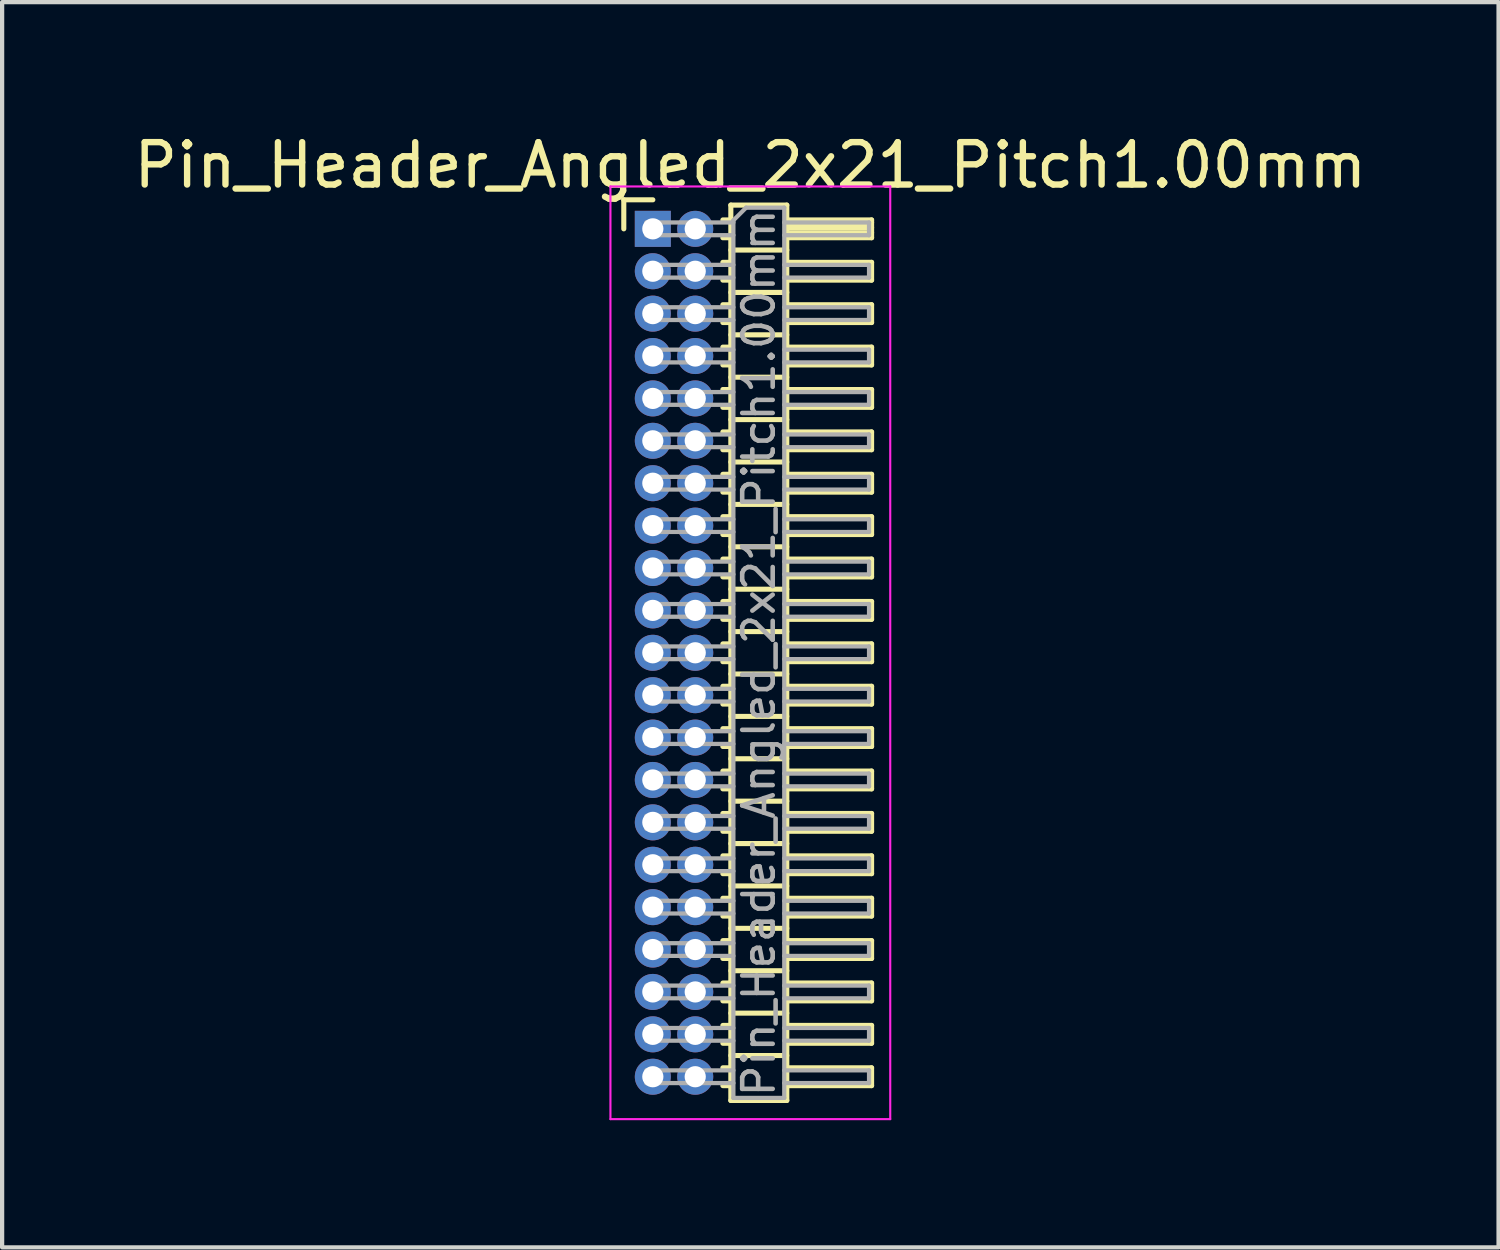
<source format=kicad_pcb>
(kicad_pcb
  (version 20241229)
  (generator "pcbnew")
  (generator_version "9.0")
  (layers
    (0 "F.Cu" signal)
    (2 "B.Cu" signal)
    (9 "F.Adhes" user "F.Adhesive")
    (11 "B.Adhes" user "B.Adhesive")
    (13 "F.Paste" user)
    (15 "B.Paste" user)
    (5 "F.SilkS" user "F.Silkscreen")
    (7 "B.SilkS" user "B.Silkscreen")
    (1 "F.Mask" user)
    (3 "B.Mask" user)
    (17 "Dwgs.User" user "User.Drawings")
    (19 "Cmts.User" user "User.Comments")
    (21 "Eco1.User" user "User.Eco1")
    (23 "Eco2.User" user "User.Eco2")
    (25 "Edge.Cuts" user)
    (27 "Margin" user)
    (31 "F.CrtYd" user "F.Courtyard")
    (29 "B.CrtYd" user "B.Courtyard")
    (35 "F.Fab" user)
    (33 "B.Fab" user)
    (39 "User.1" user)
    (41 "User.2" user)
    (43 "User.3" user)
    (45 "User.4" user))
  (footprint "Pin_Header_Angled_2x21_Pitch1.00mm"
    (layer "F.Cu")
    (at 12.349 2.348)
    (property "Reference" "Pin_Header_Angled_2x21_Pitch1.00mm" (at 2.3 -1.5 0) (layer "F.SilkS") (effects (font (size 1 1) (thickness 0.15))))
    (attr through_hole)
    (fp_line (start -0.685 -0.685) (end 0 -0.685) (stroke (width 0.12) (type solid)) (layer "F.SilkS"))
    (fp_line (start -0.685 0) (end -0.685 -0.685) (stroke (width 0.12) (type solid)) (layer "F.SilkS"))
    (fp_line (start 1.652 -0.21) (end 1.84 -0.21) (stroke (width 0.12) (type solid)) (layer "F.SilkS"))
    (fp_line (start 1.652 0.21) (end 1.84 0.21) (stroke (width 0.12) (type solid)) (layer "F.SilkS"))
    (fp_line (start 1.652 0.79) (end 1.84 0.79) (stroke (width 0.12) (type solid)) (layer "F.SilkS"))
    (fp_line (start 1.652 1.21) (end 1.84 1.21) (stroke (width 0.12) (type solid)) (layer "F.SilkS"))
    (fp_line (start 1.652 1.79) (end 1.84 1.79) (stroke (width 0.12) (type solid)) (layer "F.SilkS"))
    (fp_line (start 1.652 2.21) (end 1.84 2.21) (stroke (width 0.12) (type solid)) (layer "F.SilkS"))
    (fp_line (start 1.652 2.79) (end 1.84 2.79) (stroke (width 0.12) (type solid)) (layer "F.SilkS"))
    (fp_line (start 1.652 3.21) (end 1.84 3.21) (stroke (width 0.12) (type solid)) (layer "F.SilkS"))
    (fp_line (start 1.652 3.79) (end 1.84 3.79) (stroke (width 0.12) (type solid)) (layer "F.SilkS"))
    (fp_line (start 1.652 4.21) (end 1.84 4.21) (stroke (width 0.12) (type solid)) (layer "F.SilkS"))
    (fp_line (start 1.652 4.79) (end 1.84 4.79) (stroke (width 0.12) (type solid)) (layer "F.SilkS"))
    (fp_line (start 1.652 5.21) (end 1.84 5.21) (stroke (width 0.12) (type solid)) (layer "F.SilkS"))
    (fp_line (start 1.652 5.79) (end 1.84 5.79) (stroke (width 0.12) (type solid)) (layer "F.SilkS"))
    (fp_line (start 1.652 6.21) (end 1.84 6.21) (stroke (width 0.12) (type solid)) (layer "F.SilkS"))
    (fp_line (start 1.652 6.79) (end 1.84 6.79) (stroke (width 0.12) (type solid)) (layer "F.SilkS"))
    (fp_line (start 1.652 7.21) (end 1.84 7.21) (stroke (width 0.12) (type solid)) (layer "F.SilkS"))
    (fp_line (start 1.652 7.79) (end 1.84 7.79) (stroke (width 0.12) (type solid)) (layer "F.SilkS"))
    (fp_line (start 1.652 8.21) (end 1.84 8.21) (stroke (width 0.12) (type solid)) (layer "F.SilkS"))
    (fp_line (start 1.652 8.79) (end 1.84 8.79) (stroke (width 0.12) (type solid)) (layer "F.SilkS"))
    (fp_line (start 1.652 9.21) (end 1.84 9.21) (stroke (width 0.12) (type solid)) (layer "F.SilkS"))
    (fp_line (start 1.652 9.79) (end 1.84 9.79) (stroke (width 0.12) (type solid)) (layer "F.SilkS"))
    (fp_line (start 1.652 10.21) (end 1.84 10.21) (stroke (width 0.12) (type solid)) (layer "F.SilkS"))
    (fp_line (start 1.652 10.79) (end 1.84 10.79) (stroke (width 0.12) (type solid)) (layer "F.SilkS"))
    (fp_line (start 1.652 11.21) (end 1.84 11.21) (stroke (width 0.12) (type solid)) (layer "F.SilkS"))
    (fp_line (start 1.652 11.79) (end 1.84 11.79) (stroke (width 0.12) (type solid)) (layer "F.SilkS"))
    (fp_line (start 1.652 12.21) (end 1.84 12.21) (stroke (width 0.12) (type solid)) (layer "F.SilkS"))
    (fp_line (start 1.652 12.79) (end 1.84 12.79) (stroke (width 0.12) (type solid)) (layer "F.SilkS"))
    (fp_line (start 1.652 13.21) (end 1.84 13.21) (stroke (width 0.12) (type solid)) (layer "F.SilkS"))
    (fp_line (start 1.652 13.79) (end 1.84 13.79) (stroke (width 0.12) (type solid)) (layer "F.SilkS"))
    (fp_line (start 1.652 14.21) (end 1.84 14.21) (stroke (width 0.12) (type solid)) (layer "F.SilkS"))
    (fp_line (start 1.652 14.79) (end 1.84 14.79) (stroke (width 0.12) (type solid)) (layer "F.SilkS"))
    (fp_line (start 1.652 15.21) (end 1.84 15.21) (stroke (width 0.12) (type solid)) (layer "F.SilkS"))
    (fp_line (start 1.652 15.79) (end 1.84 15.79) (stroke (width 0.12) (type solid)) (layer "F.SilkS"))
    (fp_line (start 1.652 16.21) (end 1.84 16.21) (stroke (width 0.12) (type solid)) (layer "F.SilkS"))
    (fp_line (start 1.652 16.79) (end 1.84 16.79) (stroke (width 0.12) (type solid)) (layer "F.SilkS"))
    (fp_line (start 1.652 17.21) (end 1.84 17.21) (stroke (width 0.12) (type solid)) (layer "F.SilkS"))
    (fp_line (start 1.652 17.79) (end 1.84 17.79) (stroke (width 0.12) (type solid)) (layer "F.SilkS"))
    (fp_line (start 1.652 18.21) (end 1.84 18.21) (stroke (width 0.12) (type solid)) (layer "F.SilkS"))
    (fp_line (start 1.652 18.79) (end 1.84 18.79) (stroke (width 0.12) (type solid)) (layer "F.SilkS"))
    (fp_line (start 1.652 19.21) (end 1.84 19.21) (stroke (width 0.12) (type solid)) (layer "F.SilkS"))
    (fp_line (start 1.652 19.79) (end 1.84 19.79) (stroke (width 0.12) (type solid)) (layer "F.SilkS"))
    (fp_line (start 1.652 20.21) (end 1.84 20.21) (stroke (width 0.12) (type solid)) (layer "F.SilkS"))
    (fp_line (start 1.84 -0.56) (end 1.84 20.56) (stroke (width 0.12) (type solid)) (layer "F.SilkS"))
    (fp_line (start 1.84 0.5) (end 3.16 0.5) (stroke (width 0.12) (type solid)) (layer "F.SilkS"))
    (fp_line (start 1.84 1.5) (end 3.16 1.5) (stroke (width 0.12) (type solid)) (layer "F.SilkS"))
    (fp_line (start 1.84 2.5) (end 3.16 2.5) (stroke (width 0.12) (type solid)) (layer "F.SilkS"))
    (fp_line (start 1.84 3.5) (end 3.16 3.5) (stroke (width 0.12) (type solid)) (layer "F.SilkS"))
    (fp_line (start 1.84 4.5) (end 3.16 4.5) (stroke (width 0.12) (type solid)) (layer "F.SilkS"))
    (fp_line (start 1.84 5.5) (end 3.16 5.5) (stroke (width 0.12) (type solid)) (layer "F.SilkS"))
    (fp_line (start 1.84 6.5) (end 3.16 6.5) (stroke (width 0.12) (type solid)) (layer "F.SilkS"))
    (fp_line (start 1.84 7.5) (end 3.16 7.5) (stroke (width 0.12) (type solid)) (layer "F.SilkS"))
    (fp_line (start 1.84 8.5) (end 3.16 8.5) (stroke (width 0.12) (type solid)) (layer "F.SilkS"))
    (fp_line (start 1.84 9.5) (end 3.16 9.5) (stroke (width 0.12) (type solid)) (layer "F.SilkS"))
    (fp_line (start 1.84 10.5) (end 3.16 10.5) (stroke (width 0.12) (type solid)) (layer "F.SilkS"))
    (fp_line (start 1.84 11.5) (end 3.16 11.5) (stroke (width 0.12) (type solid)) (layer "F.SilkS"))
    (fp_line (start 1.84 12.5) (end 3.16 12.5) (stroke (width 0.12) (type solid)) (layer "F.SilkS"))
    (fp_line (start 1.84 13.5) (end 3.16 13.5) (stroke (width 0.12) (type solid)) (layer "F.SilkS"))
    (fp_line (start 1.84 14.5) (end 3.16 14.5) (stroke (width 0.12) (type solid)) (layer "F.SilkS"))
    (fp_line (start 1.84 15.5) (end 3.16 15.5) (stroke (width 0.12) (type solid)) (layer "F.SilkS"))
    (fp_line (start 1.84 16.5) (end 3.16 16.5) (stroke (width 0.12) (type solid)) (layer "F.SilkS"))
    (fp_line (start 1.84 17.5) (end 3.16 17.5) (stroke (width 0.12) (type solid)) (layer "F.SilkS"))
    (fp_line (start 1.84 18.5) (end 3.16 18.5) (stroke (width 0.12) (type solid)) (layer "F.SilkS"))
    (fp_line (start 1.84 19.5) (end 3.16 19.5) (stroke (width 0.12) (type solid)) (layer "F.SilkS"))
    (fp_line (start 1.84 20.56) (end 3.16 20.56) (stroke (width 0.12) (type solid)) (layer "F.SilkS"))
    (fp_line (start 3.16 -0.56) (end 1.84 -0.56) (stroke (width 0.12) (type solid)) (layer "F.SilkS"))
    (fp_line (start 3.16 -0.21) (end 5.16 -0.21) (stroke (width 0.12) (type solid)) (layer "F.SilkS"))
    (fp_line (start 3.16 -0.15) (end 5.16 -0.15) (stroke (width 0.12) (type solid)) (layer "F.SilkS"))
    (fp_line (start 3.16 -0.03) (end 5.16 -0.03) (stroke (width 0.12) (type solid)) (layer "F.SilkS"))
    (fp_line (start 3.16 0.09) (end 5.16 0.09) (stroke (width 0.12) (type solid)) (layer "F.SilkS"))
    (fp_line (start 3.16 0.79) (end 5.16 0.79) (stroke (width 0.12) (type solid)) (layer "F.SilkS"))
    (fp_line (start 3.16 1.79) (end 5.16 1.79) (stroke (width 0.12) (type solid)) (layer "F.SilkS"))
    (fp_line (start 3.16 2.79) (end 5.16 2.79) (stroke (width 0.12) (type solid)) (layer "F.SilkS"))
    (fp_line (start 3.16 3.79) (end 5.16 3.79) (stroke (width 0.12) (type solid)) (layer "F.SilkS"))
    (fp_line (start 3.16 4.79) (end 5.16 4.79) (stroke (width 0.12) (type solid)) (layer "F.SilkS"))
    (fp_line (start 3.16 5.79) (end 5.16 5.79) (stroke (width 0.12) (type solid)) (layer "F.SilkS"))
    (fp_line (start 3.16 6.79) (end 5.16 6.79) (stroke (width 0.12) (type solid)) (layer "F.SilkS"))
    (fp_line (start 3.16 7.79) (end 5.16 7.79) (stroke (width 0.12) (type solid)) (layer "F.SilkS"))
    (fp_line (start 3.16 8.79) (end 5.16 8.79) (stroke (width 0.12) (type solid)) (layer "F.SilkS"))
    (fp_line (start 3.16 9.79) (end 5.16 9.79) (stroke (width 0.12) (type solid)) (layer "F.SilkS"))
    (fp_line (start 3.16 10.79) (end 5.16 10.79) (stroke (width 0.12) (type solid)) (layer "F.SilkS"))
    (fp_line (start 3.16 11.79) (end 5.16 11.79) (stroke (width 0.12) (type solid)) (layer "F.SilkS"))
    (fp_line (start 3.16 12.79) (end 5.16 12.79) (stroke (width 0.12) (type solid)) (layer "F.SilkS"))
    (fp_line (start 3.16 13.79) (end 5.16 13.79) (stroke (width 0.12) (type solid)) (layer "F.SilkS"))
    (fp_line (start 3.16 14.79) (end 5.16 14.79) (stroke (width 0.12) (type solid)) (layer "F.SilkS"))
    (fp_line (start 3.16 15.79) (end 5.16 15.79) (stroke (width 0.12) (type solid)) (layer "F.SilkS"))
    (fp_line (start 3.16 16.79) (end 5.16 16.79) (stroke (width 0.12) (type solid)) (layer "F.SilkS"))
    (fp_line (start 3.16 17.79) (end 5.16 17.79) (stroke (width 0.12) (type solid)) (layer "F.SilkS"))
    (fp_line (start 3.16 18.79) (end 5.16 18.79) (stroke (width 0.12) (type solid)) (layer "F.SilkS"))
    (fp_line (start 3.16 19.79) (end 5.16 19.79) (stroke (width 0.12) (type solid)) (layer "F.SilkS"))
    (fp_line (start 3.16 20.56) (end 3.16 -0.56) (stroke (width 0.12) (type solid)) (layer "F.SilkS"))
    (fp_line (start 5.16 -0.21) (end 5.16 0.21) (stroke (width 0.12) (type solid)) (layer "F.SilkS"))
    (fp_line (start 5.16 0.21) (end 3.16 0.21) (stroke (width 0.12) (type solid)) (layer "F.SilkS"))
    (fp_line (start 5.16 0.79) (end 5.16 1.21) (stroke (width 0.12) (type solid)) (layer "F.SilkS"))
    (fp_line (start 5.16 1.21) (end 3.16 1.21) (stroke (width 0.12) (type solid)) (layer "F.SilkS"))
    (fp_line (start 5.16 1.79) (end 5.16 2.21) (stroke (width 0.12) (type solid)) (layer "F.SilkS"))
    (fp_line (start 5.16 2.21) (end 3.16 2.21) (stroke (width 0.12) (type solid)) (layer "F.SilkS"))
    (fp_line (start 5.16 2.79) (end 5.16 3.21) (stroke (width 0.12) (type solid)) (layer "F.SilkS"))
    (fp_line (start 5.16 3.21) (end 3.16 3.21) (stroke (width 0.12) (type solid)) (layer "F.SilkS"))
    (fp_line (start 5.16 3.79) (end 5.16 4.21) (stroke (width 0.12) (type solid)) (layer "F.SilkS"))
    (fp_line (start 5.16 4.21) (end 3.16 4.21) (stroke (width 0.12) (type solid)) (layer "F.SilkS"))
    (fp_line (start 5.16 4.79) (end 5.16 5.21) (stroke (width 0.12) (type solid)) (layer "F.SilkS"))
    (fp_line (start 5.16 5.21) (end 3.16 5.21) (stroke (width 0.12) (type solid)) (layer "F.SilkS"))
    (fp_line (start 5.16 5.79) (end 5.16 6.21) (stroke (width 0.12) (type solid)) (layer "F.SilkS"))
    (fp_line (start 5.16 6.21) (end 3.16 6.21) (stroke (width 0.12) (type solid)) (layer "F.SilkS"))
    (fp_line (start 5.16 6.79) (end 5.16 7.21) (stroke (width 0.12) (type solid)) (layer "F.SilkS"))
    (fp_line (start 5.16 7.21) (end 3.16 7.21) (stroke (width 0.12) (type solid)) (layer "F.SilkS"))
    (fp_line (start 5.16 7.79) (end 5.16 8.21) (stroke (width 0.12) (type solid)) (layer "F.SilkS"))
    (fp_line (start 5.16 8.21) (end 3.16 8.21) (stroke (width 0.12) (type solid)) (layer "F.SilkS"))
    (fp_line (start 5.16 8.79) (end 5.16 9.21) (stroke (width 0.12) (type solid)) (layer "F.SilkS"))
    (fp_line (start 5.16 9.21) (end 3.16 9.21) (stroke (width 0.12) (type solid)) (layer "F.SilkS"))
    (fp_line (start 5.16 9.79) (end 5.16 10.21) (stroke (width 0.12) (type solid)) (layer "F.SilkS"))
    (fp_line (start 5.16 10.21) (end 3.16 10.21) (stroke (width 0.12) (type solid)) (layer "F.SilkS"))
    (fp_line (start 5.16 10.79) (end 5.16 11.21) (stroke (width 0.12) (type solid)) (layer "F.SilkS"))
    (fp_line (start 5.16 11.21) (end 3.16 11.21) (stroke (width 0.12) (type solid)) (layer "F.SilkS"))
    (fp_line (start 5.16 11.79) (end 5.16 12.21) (stroke (width 0.12) (type solid)) (layer "F.SilkS"))
    (fp_line (start 5.16 12.21) (end 3.16 12.21) (stroke (width 0.12) (type solid)) (layer "F.SilkS"))
    (fp_line (start 5.16 12.79) (end 5.16 13.21) (stroke (width 0.12) (type solid)) (layer "F.SilkS"))
    (fp_line (start 5.16 13.21) (end 3.16 13.21) (stroke (width 0.12) (type solid)) (layer "F.SilkS"))
    (fp_line (start 5.16 13.79) (end 5.16 14.21) (stroke (width 0.12) (type solid)) (layer "F.SilkS"))
    (fp_line (start 5.16 14.21) (end 3.16 14.21) (stroke (width 0.12) (type solid)) (layer "F.SilkS"))
    (fp_line (start 5.16 14.79) (end 5.16 15.21) (stroke (width 0.12) (type solid)) (layer "F.SilkS"))
    (fp_line (start 5.16 15.21) (end 3.16 15.21) (stroke (width 0.12) (type solid)) (layer "F.SilkS"))
    (fp_line (start 5.16 15.79) (end 5.16 16.21) (stroke (width 0.12) (type solid)) (layer "F.SilkS"))
    (fp_line (start 5.16 16.21) (end 3.16 16.21) (stroke (width 0.12) (type solid)) (layer "F.SilkS"))
    (fp_line (start 5.16 16.79) (end 5.16 17.21) (stroke (width 0.12) (type solid)) (layer "F.SilkS"))
    (fp_line (start 5.16 17.21) (end 3.16 17.21) (stroke (width 0.12) (type solid)) (layer "F.SilkS"))
    (fp_line (start 5.16 17.79) (end 5.16 18.21) (stroke (width 0.12) (type solid)) (layer "F.SilkS"))
    (fp_line (start 5.16 18.21) (end 3.16 18.21) (stroke (width 0.12) (type solid)) (layer "F.SilkS"))
    (fp_line (start 5.16 18.79) (end 5.16 19.21) (stroke (width 0.12) (type solid)) (layer "F.SilkS"))
    (fp_line (start 5.16 19.21) (end 3.16 19.21) (stroke (width 0.12) (type solid)) (layer "F.SilkS"))
    (fp_line (start 5.16 19.79) (end 5.16 20.21) (stroke (width 0.12) (type solid)) (layer "F.SilkS"))
    (fp_line (start 5.16 20.21) (end 3.16 20.21) (stroke (width 0.12) (type solid)) (layer "F.SilkS"))
    (fp_line (start -1 -1) (end -1 21) (stroke (width 0.05) (type solid)) (layer "F.CrtYd"))
    (fp_line (start -1 21) (end 5.6 21) (stroke (width 0.05) (type solid)) (layer "F.CrtYd"))
    (fp_line (start 5.6 -1) (end -1 -1) (stroke (width 0.05) (type solid)) (layer "F.CrtYd"))
    (fp_line (start 5.6 21) (end 5.6 -1) (stroke (width 0.05) (type solid)) (layer "F.CrtYd"))
    (fp_line (start -0.15 -0.15) (end -0.15 0.15) (stroke (width 0.1) (type solid)) (layer "F.Fab"))
    (fp_line (start -0.15 -0.15) (end 1.9 -0.15) (stroke (width 0.1) (type solid)) (layer "F.Fab"))
    (fp_line (start -0.15 0.15) (end 1.9 0.15) (stroke (width 0.1) (type solid)) (layer "F.Fab"))
    (fp_line (start -0.15 0.85) (end -0.15 1.15) (stroke (width 0.1) (type solid)) (layer "F.Fab"))
    (fp_line (start -0.15 0.85) (end 1.9 0.85) (stroke (width 0.1) (type solid)) (layer "F.Fab"))
    (fp_line (start -0.15 1.15) (end 1.9 1.15) (stroke (width 0.1) (type solid)) (layer "F.Fab"))
    (fp_line (start -0.15 1.85) (end -0.15 2.15) (stroke (width 0.1) (type solid)) (layer "F.Fab"))
    (fp_line (start -0.15 1.85) (end 1.9 1.85) (stroke (width 0.1) (type solid)) (layer "F.Fab"))
    (fp_line (start -0.15 2.15) (end 1.9 2.15) (stroke (width 0.1) (type solid)) (layer "F.Fab"))
    (fp_line (start -0.15 2.85) (end -0.15 3.15) (stroke (width 0.1) (type solid)) (layer "F.Fab"))
    (fp_line (start -0.15 2.85) (end 1.9 2.85) (stroke (width 0.1) (type solid)) (layer "F.Fab"))
    (fp_line (start -0.15 3.15) (end 1.9 3.15) (stroke (width 0.1) (type solid)) (layer "F.Fab"))
    (fp_line (start -0.15 3.85) (end -0.15 4.15) (stroke (width 0.1) (type solid)) (layer "F.Fab"))
    (fp_line (start -0.15 3.85) (end 1.9 3.85) (stroke (width 0.1) (type solid)) (layer "F.Fab"))
    (fp_line (start -0.15 4.15) (end 1.9 4.15) (stroke (width 0.1) (type solid)) (layer "F.Fab"))
    (fp_line (start -0.15 4.85) (end -0.15 5.15) (stroke (width 0.1) (type solid)) (layer "F.Fab"))
    (fp_line (start -0.15 4.85) (end 1.9 4.85) (stroke (width 0.1) (type solid)) (layer "F.Fab"))
    (fp_line (start -0.15 5.15) (end 1.9 5.15) (stroke (width 0.1) (type solid)) (layer "F.Fab"))
    (fp_line (start -0.15 5.85) (end -0.15 6.15) (stroke (width 0.1) (type solid)) (layer "F.Fab"))
    (fp_line (start -0.15 5.85) (end 1.9 5.85) (stroke (width 0.1) (type solid)) (layer "F.Fab"))
    (fp_line (start -0.15 6.15) (end 1.9 6.15) (stroke (width 0.1) (type solid)) (layer "F.Fab"))
    (fp_line (start -0.15 6.85) (end -0.15 7.15) (stroke (width 0.1) (type solid)) (layer "F.Fab"))
    (fp_line (start -0.15 6.85) (end 1.9 6.85) (stroke (width 0.1) (type solid)) (layer "F.Fab"))
    (fp_line (start -0.15 7.15) (end 1.9 7.15) (stroke (width 0.1) (type solid)) (layer "F.Fab"))
    (fp_line (start -0.15 7.85) (end -0.15 8.15) (stroke (width 0.1) (type solid)) (layer "F.Fab"))
    (fp_line (start -0.15 7.85) (end 1.9 7.85) (stroke (width 0.1) (type solid)) (layer "F.Fab"))
    (fp_line (start -0.15 8.15) (end 1.9 8.15) (stroke (width 0.1) (type solid)) (layer "F.Fab"))
    (fp_line (start -0.15 8.85) (end -0.15 9.15) (stroke (width 0.1) (type solid)) (layer "F.Fab"))
    (fp_line (start -0.15 8.85) (end 1.9 8.85) (stroke (width 0.1) (type solid)) (layer "F.Fab"))
    (fp_line (start -0.15 9.15) (end 1.9 9.15) (stroke (width 0.1) (type solid)) (layer "F.Fab"))
    (fp_line (start -0.15 9.85) (end -0.15 10.15) (stroke (width 0.1) (type solid)) (layer "F.Fab"))
    (fp_line (start -0.15 9.85) (end 1.9 9.85) (stroke (width 0.1) (type solid)) (layer "F.Fab"))
    (fp_line (start -0.15 10.15) (end 1.9 10.15) (stroke (width 0.1) (type solid)) (layer "F.Fab"))
    (fp_line (start -0.15 10.85) (end -0.15 11.15) (stroke (width 0.1) (type solid)) (layer "F.Fab"))
    (fp_line (start -0.15 10.85) (end 1.9 10.85) (stroke (width 0.1) (type solid)) (layer "F.Fab"))
    (fp_line (start -0.15 11.15) (end 1.9 11.15) (stroke (width 0.1) (type solid)) (layer "F.Fab"))
    (fp_line (start -0.15 11.85) (end -0.15 12.15) (stroke (width 0.1) (type solid)) (layer "F.Fab"))
    (fp_line (start -0.15 11.85) (end 1.9 11.85) (stroke (width 0.1) (type solid)) (layer "F.Fab"))
    (fp_line (start -0.15 12.15) (end 1.9 12.15) (stroke (width 0.1) (type solid)) (layer "F.Fab"))
    (fp_line (start -0.15 12.85) (end -0.15 13.15) (stroke (width 0.1) (type solid)) (layer "F.Fab"))
    (fp_line (start -0.15 12.85) (end 1.9 12.85) (stroke (width 0.1) (type solid)) (layer "F.Fab"))
    (fp_line (start -0.15 13.15) (end 1.9 13.15) (stroke (width 0.1) (type solid)) (layer "F.Fab"))
    (fp_line (start -0.15 13.85) (end -0.15 14.15) (stroke (width 0.1) (type solid)) (layer "F.Fab"))
    (fp_line (start -0.15 13.85) (end 1.9 13.85) (stroke (width 0.1) (type solid)) (layer "F.Fab"))
    (fp_line (start -0.15 14.15) (end 1.9 14.15) (stroke (width 0.1) (type solid)) (layer "F.Fab"))
    (fp_line (start -0.15 14.85) (end -0.15 15.15) (stroke (width 0.1) (type solid)) (layer "F.Fab"))
    (fp_line (start -0.15 14.85) (end 1.9 14.85) (stroke (width 0.1) (type solid)) (layer "F.Fab"))
    (fp_line (start -0.15 15.15) (end 1.9 15.15) (stroke (width 0.1) (type solid)) (layer "F.Fab"))
    (fp_line (start -0.15 15.85) (end -0.15 16.15) (stroke (width 0.1) (type solid)) (layer "F.Fab"))
    (fp_line (start -0.15 15.85) (end 1.9 15.85) (stroke (width 0.1) (type solid)) (layer "F.Fab"))
    (fp_line (start -0.15 16.15) (end 1.9 16.15) (stroke (width 0.1) (type solid)) (layer "F.Fab"))
    (fp_line (start -0.15 16.85) (end -0.15 17.15) (stroke (width 0.1) (type solid)) (layer "F.Fab"))
    (fp_line (start -0.15 16.85) (end 1.9 16.85) (stroke (width 0.1) (type solid)) (layer "F.Fab"))
    (fp_line (start -0.15 17.15) (end 1.9 17.15) (stroke (width 0.1) (type solid)) (layer "F.Fab"))
    (fp_line (start -0.15 17.85) (end -0.15 18.15) (stroke (width 0.1) (type solid)) (layer "F.Fab"))
    (fp_line (start -0.15 17.85) (end 1.9 17.85) (stroke (width 0.1) (type solid)) (layer "F.Fab"))
    (fp_line (start -0.15 18.15) (end 1.9 18.15) (stroke (width 0.1) (type solid)) (layer "F.Fab"))
    (fp_line (start -0.15 18.85) (end -0.15 19.15) (stroke (width 0.1) (type solid)) (layer "F.Fab"))
    (fp_line (start -0.15 18.85) (end 1.9 18.85) (stroke (width 0.1) (type solid)) (layer "F.Fab"))
    (fp_line (start -0.15 19.15) (end 1.9 19.15) (stroke (width 0.1) (type solid)) (layer "F.Fab"))
    (fp_line (start -0.15 19.85) (end -0.15 20.15) (stroke (width 0.1) (type solid)) (layer "F.Fab"))
    (fp_line (start -0.15 19.85) (end 1.9 19.85) (stroke (width 0.1) (type solid)) (layer "F.Fab"))
    (fp_line (start -0.15 20.15) (end 1.9 20.15) (stroke (width 0.1) (type solid)) (layer "F.Fab"))
    (fp_line (start 1.9 -0.2) (end 2.2 -0.5) (stroke (width 0.1) (type solid)) (layer "F.Fab"))
    (fp_line (start 1.9 20.5) (end 1.9 -0.2) (stroke (width 0.1) (type solid)) (layer "F.Fab"))
    (fp_line (start 2.2 -0.5) (end 3.1 -0.5) (stroke (width 0.1) (type solid)) (layer "F.Fab"))
    (fp_line (start 3.1 -0.5) (end 3.1 20.5) (stroke (width 0.1) (type solid)) (layer "F.Fab"))
    (fp_line (start 3.1 -0.15) (end 5.1 -0.15) (stroke (width 0.1) (type solid)) (layer "F.Fab"))
    (fp_line (start 3.1 0.15) (end 5.1 0.15) (stroke (width 0.1) (type solid)) (layer "F.Fab"))
    (fp_line (start 3.1 0.85) (end 5.1 0.85) (stroke (width 0.1) (type solid)) (layer "F.Fab"))
    (fp_line (start 3.1 1.15) (end 5.1 1.15) (stroke (width 0.1) (type solid)) (layer "F.Fab"))
    (fp_line (start 3.1 1.85) (end 5.1 1.85) (stroke (width 0.1) (type solid)) (layer "F.Fab"))
    (fp_line (start 3.1 2.15) (end 5.1 2.15) (stroke (width 0.1) (type solid)) (layer "F.Fab"))
    (fp_line (start 3.1 2.85) (end 5.1 2.85) (stroke (width 0.1) (type solid)) (layer "F.Fab"))
    (fp_line (start 3.1 3.15) (end 5.1 3.15) (stroke (width 0.1) (type solid)) (layer "F.Fab"))
    (fp_line (start 3.1 3.85) (end 5.1 3.85) (stroke (width 0.1) (type solid)) (layer "F.Fab"))
    (fp_line (start 3.1 4.15) (end 5.1 4.15) (stroke (width 0.1) (type solid)) (layer "F.Fab"))
    (fp_line (start 3.1 4.85) (end 5.1 4.85) (stroke (width 0.1) (type solid)) (layer "F.Fab"))
    (fp_line (start 3.1 5.15) (end 5.1 5.15) (stroke (width 0.1) (type solid)) (layer "F.Fab"))
    (fp_line (start 3.1 5.85) (end 5.1 5.85) (stroke (width 0.1) (type solid)) (layer "F.Fab"))
    (fp_line (start 3.1 6.15) (end 5.1 6.15) (stroke (width 0.1) (type solid)) (layer "F.Fab"))
    (fp_line (start 3.1 6.85) (end 5.1 6.85) (stroke (width 0.1) (type solid)) (layer "F.Fab"))
    (fp_line (start 3.1 7.15) (end 5.1 7.15) (stroke (width 0.1) (type solid)) (layer "F.Fab"))
    (fp_line (start 3.1 7.85) (end 5.1 7.85) (stroke (width 0.1) (type solid)) (layer "F.Fab"))
    (fp_line (start 3.1 8.15) (end 5.1 8.15) (stroke (width 0.1) (type solid)) (layer "F.Fab"))
    (fp_line (start 3.1 8.85) (end 5.1 8.85) (stroke (width 0.1) (type solid)) (layer "F.Fab"))
    (fp_line (start 3.1 9.15) (end 5.1 9.15) (stroke (width 0.1) (type solid)) (layer "F.Fab"))
    (fp_line (start 3.1 9.85) (end 5.1 9.85) (stroke (width 0.1) (type solid)) (layer "F.Fab"))
    (fp_line (start 3.1 10.15) (end 5.1 10.15) (stroke (width 0.1) (type solid)) (layer "F.Fab"))
    (fp_line (start 3.1 10.85) (end 5.1 10.85) (stroke (width 0.1) (type solid)) (layer "F.Fab"))
    (fp_line (start 3.1 11.15) (end 5.1 11.15) (stroke (width 0.1) (type solid)) (layer "F.Fab"))
    (fp_line (start 3.1 11.85) (end 5.1 11.85) (stroke (width 0.1) (type solid)) (layer "F.Fab"))
    (fp_line (start 3.1 12.15) (end 5.1 12.15) (stroke (width 0.1) (type solid)) (layer "F.Fab"))
    (fp_line (start 3.1 12.85) (end 5.1 12.85) (stroke (width 0.1) (type solid)) (layer "F.Fab"))
    (fp_line (start 3.1 13.15) (end 5.1 13.15) (stroke (width 0.1) (type solid)) (layer "F.Fab"))
    (fp_line (start 3.1 13.85) (end 5.1 13.85) (stroke (width 0.1) (type solid)) (layer "F.Fab"))
    (fp_line (start 3.1 14.15) (end 5.1 14.15) (stroke (width 0.1) (type solid)) (layer "F.Fab"))
    (fp_line (start 3.1 14.85) (end 5.1 14.85) (stroke (width 0.1) (type solid)) (layer "F.Fab"))
    (fp_line (start 3.1 15.15) (end 5.1 15.15) (stroke (width 0.1) (type solid)) (layer "F.Fab"))
    (fp_line (start 3.1 15.85) (end 5.1 15.85) (stroke (width 0.1) (type solid)) (layer "F.Fab"))
    (fp_line (start 3.1 16.15) (end 5.1 16.15) (stroke (width 0.1) (type solid)) (layer "F.Fab"))
    (fp_line (start 3.1 16.85) (end 5.1 16.85) (stroke (width 0.1) (type solid)) (layer "F.Fab"))
    (fp_line (start 3.1 17.15) (end 5.1 17.15) (stroke (width 0.1) (type solid)) (layer "F.Fab"))
    (fp_line (start 3.1 17.85) (end 5.1 17.85) (stroke (width 0.1) (type solid)) (layer "F.Fab"))
    (fp_line (start 3.1 18.15) (end 5.1 18.15) (stroke (width 0.1) (type solid)) (layer "F.Fab"))
    (fp_line (start 3.1 18.85) (end 5.1 18.85) (stroke (width 0.1) (type solid)) (layer "F.Fab"))
    (fp_line (start 3.1 19.15) (end 5.1 19.15) (stroke (width 0.1) (type solid)) (layer "F.Fab"))
    (fp_line (start 3.1 19.85) (end 5.1 19.85) (stroke (width 0.1) (type solid)) (layer "F.Fab"))
    (fp_line (start 3.1 20.15) (end 5.1 20.15) (stroke (width 0.1) (type solid)) (layer "F.Fab"))
    (fp_line (start 3.1 20.5) (end 1.9 20.5) (stroke (width 0.1) (type solid)) (layer "F.Fab"))
    (fp_line (start 5.1 -0.15) (end 5.1 0.15) (stroke (width 0.1) (type solid)) (layer "F.Fab"))
    (fp_line (start 5.1 0.85) (end 5.1 1.15) (stroke (width 0.1) (type solid)) (layer "F.Fab"))
    (fp_line (start 5.1 1.85) (end 5.1 2.15) (stroke (width 0.1) (type solid)) (layer "F.Fab"))
    (fp_line (start 5.1 2.85) (end 5.1 3.15) (stroke (width 0.1) (type solid)) (layer "F.Fab"))
    (fp_line (start 5.1 3.85) (end 5.1 4.15) (stroke (width 0.1) (type solid)) (layer "F.Fab"))
    (fp_line (start 5.1 4.85) (end 5.1 5.15) (stroke (width 0.1) (type solid)) (layer "F.Fab"))
    (fp_line (start 5.1 5.85) (end 5.1 6.15) (stroke (width 0.1) (type solid)) (layer "F.Fab"))
    (fp_line (start 5.1 6.85) (end 5.1 7.15) (stroke (width 0.1) (type solid)) (layer "F.Fab"))
    (fp_line (start 5.1 7.85) (end 5.1 8.15) (stroke (width 0.1) (type solid)) (layer "F.Fab"))
    (fp_line (start 5.1 8.85) (end 5.1 9.15) (stroke (width 0.1) (type solid)) (layer "F.Fab"))
    (fp_line (start 5.1 9.85) (end 5.1 10.15) (stroke (width 0.1) (type solid)) (layer "F.Fab"))
    (fp_line (start 5.1 10.85) (end 5.1 11.15) (stroke (width 0.1) (type solid)) (layer "F.Fab"))
    (fp_line (start 5.1 11.85) (end 5.1 12.15) (stroke (width 0.1) (type solid)) (layer "F.Fab"))
    (fp_line (start 5.1 12.85) (end 5.1 13.15) (stroke (width 0.1) (type solid)) (layer "F.Fab"))
    (fp_line (start 5.1 13.85) (end 5.1 14.15) (stroke (width 0.1) (type solid)) (layer "F.Fab"))
    (fp_line (start 5.1 14.85) (end 5.1 15.15) (stroke (width 0.1) (type solid)) (layer "F.Fab"))
    (fp_line (start 5.1 15.85) (end 5.1 16.15) (stroke (width 0.1) (type solid)) (layer "F.Fab"))
    (fp_line (start 5.1 16.85) (end 5.1 17.15) (stroke (width 0.1) (type solid)) (layer "F.Fab"))
    (fp_line (start 5.1 17.85) (end 5.1 18.15) (stroke (width 0.1) (type solid)) (layer "F.Fab"))
    (fp_line (start 5.1 18.85) (end 5.1 19.15) (stroke (width 0.1) (type solid)) (layer "F.Fab"))
    (fp_line (start 5.1 19.85) (end 5.1 20.15) (stroke (width 0.1) (type solid)) (layer "F.Fab"))
    (fp_text user "${REFERENCE}" (at 2.5 10 90) (layer "F.Fab") (effects (font (size 0.72 0.72) (thickness 0.108))))
    (pad "1" thru_hole rect (at 0 0) (size 0.85 0.85) (drill 0.5) (layers "*.Cu" "*.Mask"))
    (pad "2" thru_hole oval (at 1 0) (size 0.85 0.85) (drill 0.5) (layers "*.Cu" "*.Mask"))
    (pad "3" thru_hole oval (at 0 1) (size 0.85 0.85) (drill 0.5) (layers "*.Cu" "*.Mask"))
    (pad "4" thru_hole oval (at 1 1) (size 0.85 0.85) (drill 0.5) (layers "*.Cu" "*.Mask"))
    (pad "5" thru_hole oval (at 0 2) (size 0.85 0.85) (drill 0.5) (layers "*.Cu" "*.Mask"))
    (pad "6" thru_hole oval (at 1 2) (size 0.85 0.85) (drill 0.5) (layers "*.Cu" "*.Mask"))
    (pad "7" thru_hole oval (at 0 3) (size 0.85 0.85) (drill 0.5) (layers "*.Cu" "*.Mask"))
    (pad "8" thru_hole oval (at 1 3) (size 0.85 0.85) (drill 0.5) (layers "*.Cu" "*.Mask"))
    (pad "9" thru_hole oval (at 0 4) (size 0.85 0.85) (drill 0.5) (layers "*.Cu" "*.Mask"))
    (pad "10" thru_hole oval (at 1 4) (size 0.85 0.85) (drill 0.5) (layers "*.Cu" "*.Mask"))
    (pad "11" thru_hole oval (at 0 5) (size 0.85 0.85) (drill 0.5) (layers "*.Cu" "*.Mask"))
    (pad "12" thru_hole oval (at 1 5) (size 0.85 0.85) (drill 0.5) (layers "*.Cu" "*.Mask"))
    (pad "13" thru_hole oval (at 0 6) (size 0.85 0.85) (drill 0.5) (layers "*.Cu" "*.Mask"))
    (pad "14" thru_hole oval (at 1 6) (size 0.85 0.85) (drill 0.5) (layers "*.Cu" "*.Mask"))
    (pad "15" thru_hole oval (at 0 7) (size 0.85 0.85) (drill 0.5) (layers "*.Cu" "*.Mask"))
    (pad "16" thru_hole oval (at 1 7) (size 0.85 0.85) (drill 0.5) (layers "*.Cu" "*.Mask"))
    (pad "17" thru_hole oval (at 0 8) (size 0.85 0.85) (drill 0.5) (layers "*.Cu" "*.Mask"))
    (pad "18" thru_hole oval (at 1 8) (size 0.85 0.85) (drill 0.5) (layers "*.Cu" "*.Mask"))
    (pad "19" thru_hole oval (at 0 9) (size 0.85 0.85) (drill 0.5) (layers "*.Cu" "*.Mask"))
    (pad "20" thru_hole oval (at 1 9) (size 0.85 0.85) (drill 0.5) (layers "*.Cu" "*.Mask"))
    (pad "21" thru_hole oval (at 0 10) (size 0.85 0.85) (drill 0.5) (layers "*.Cu" "*.Mask"))
    (pad "22" thru_hole oval (at 1 10) (size 0.85 0.85) (drill 0.5) (layers "*.Cu" "*.Mask"))
    (pad "23" thru_hole oval (at 0 11) (size 0.85 0.85) (drill 0.5) (layers "*.Cu" "*.Mask"))
    (pad "24" thru_hole oval (at 1 11) (size 0.85 0.85) (drill 0.5) (layers "*.Cu" "*.Mask"))
    (pad "25" thru_hole oval (at 0 12) (size 0.85 0.85) (drill 0.5) (layers "*.Cu" "*.Mask"))
    (pad "26" thru_hole oval (at 1 12) (size 0.85 0.85) (drill 0.5) (layers "*.Cu" "*.Mask"))
    (pad "27" thru_hole oval (at 0 13) (size 0.85 0.85) (drill 0.5) (layers "*.Cu" "*.Mask"))
    (pad "28" thru_hole oval (at 1 13) (size 0.85 0.85) (drill 0.5) (layers "*.Cu" "*.Mask"))
    (pad "29" thru_hole oval (at 0 14) (size 0.85 0.85) (drill 0.5) (layers "*.Cu" "*.Mask"))
    (pad "30" thru_hole oval (at 1 14) (size 0.85 0.85) (drill 0.5) (layers "*.Cu" "*.Mask"))
    (pad "31" thru_hole oval (at 0 15) (size 0.85 0.85) (drill 0.5) (layers "*.Cu" "*.Mask"))
    (pad "32" thru_hole oval (at 1 15) (size 0.85 0.85) (drill 0.5) (layers "*.Cu" "*.Mask"))
    (pad "33" thru_hole oval (at 0 16) (size 0.85 0.85) (drill 0.5) (layers "*.Cu" "*.Mask"))
    (pad "34" thru_hole oval (at 1 16) (size 0.85 0.85) (drill 0.5) (layers "*.Cu" "*.Mask"))
    (pad "35" thru_hole oval (at 0 17) (size 0.85 0.85) (drill 0.5) (layers "*.Cu" "*.Mask"))
    (pad "36" thru_hole oval (at 1 17) (size 0.85 0.85) (drill 0.5) (layers "*.Cu" "*.Mask"))
    (pad "37" thru_hole oval (at 0 18) (size 0.85 0.85) (drill 0.5) (layers "*.Cu" "*.Mask"))
    (pad "38" thru_hole oval (at 1 18) (size 0.85 0.85) (drill 0.5) (layers "*.Cu" "*.Mask"))
    (pad "39" thru_hole oval (at 0 19) (size 0.85 0.85) (drill 0.5) (layers "*.Cu" "*.Mask"))
    (pad "40" thru_hole oval (at 1 19) (size 0.85 0.85) (drill 0.5) (layers "*.Cu" "*.Mask"))
    (pad "41" thru_hole oval (at 0 20) (size 0.85 0.85) (drill 0.5) (layers "*.Cu" "*.Mask"))
    (pad "42" thru_hole oval (at 1 20) (size 0.85 0.85) (drill 0.5) (layers "*.Cu" "*.Mask")))
  (gr_rect
    (start -3 -3)
    (end 32.298 26.373)
    (stroke (width 0.1) (type default))
    (fill no)
    (layer "Edge.Cuts")))
</source>
